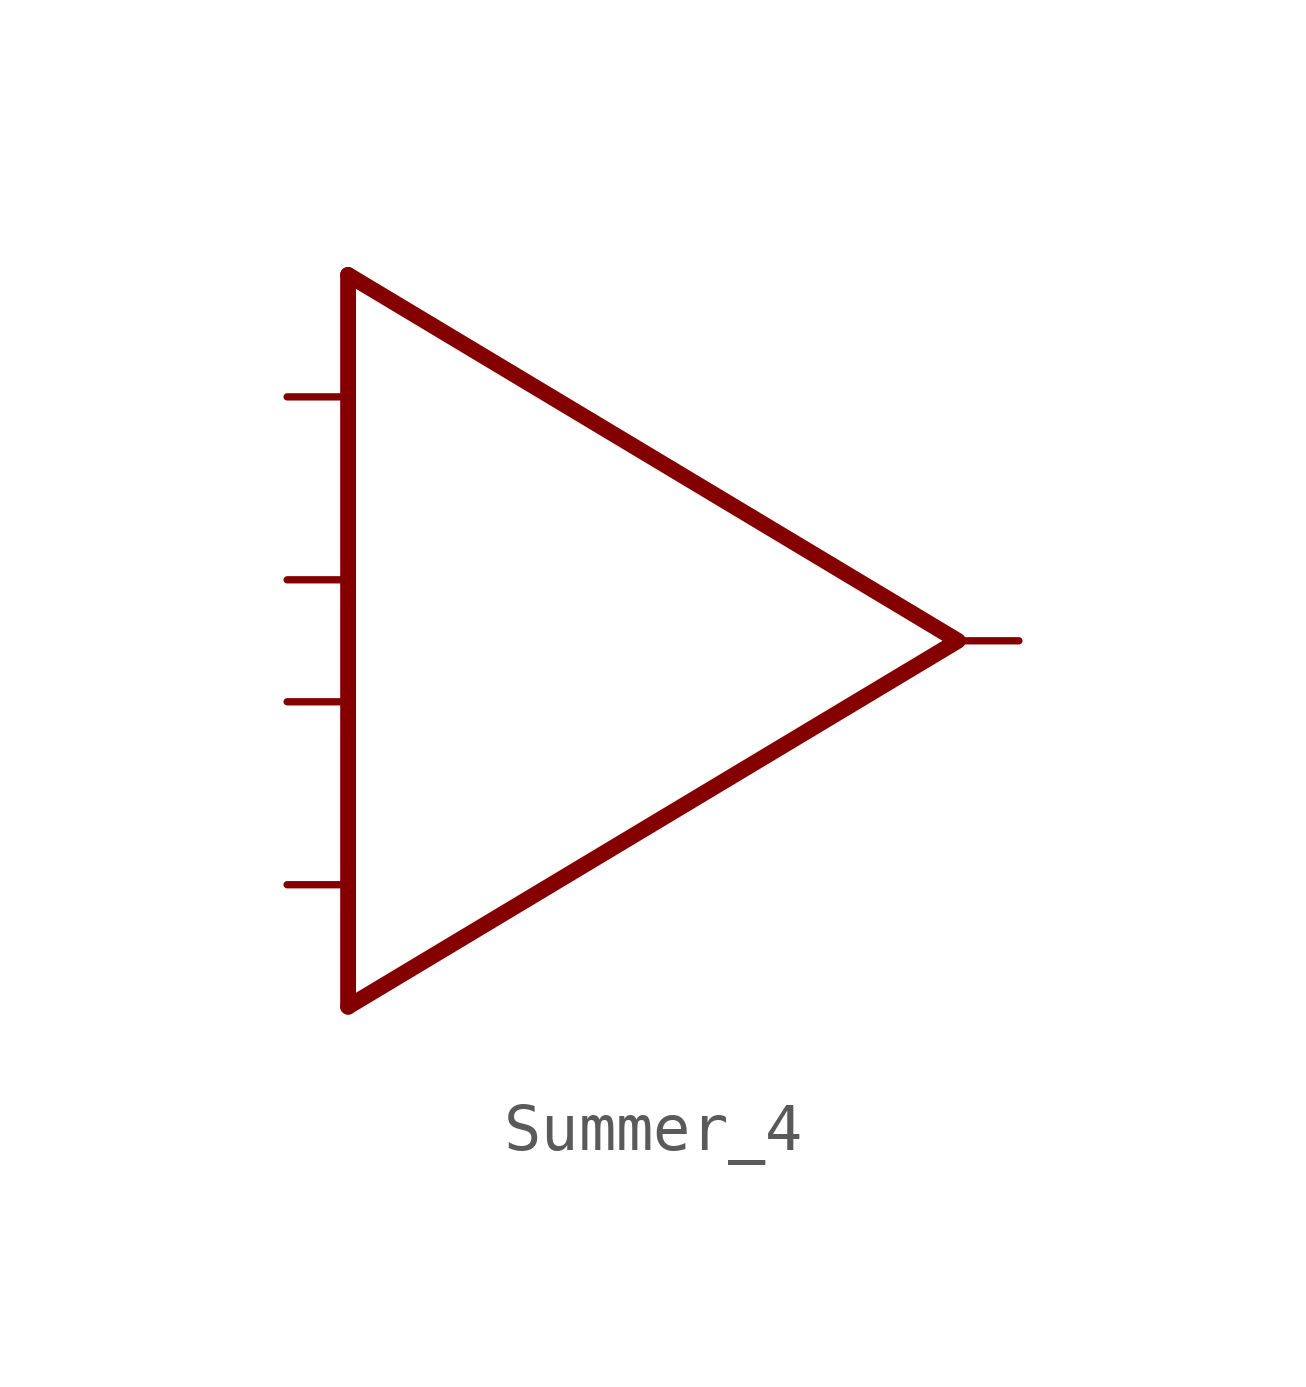
<source format=kicad_sym>
(kicad_symbol_lib
  (version 20211014)
  (generator kicad_symbol_editor)
  (symbol "Summer_4"
    (property "Reference" "U"
      (at 7.62 10.16 0)
      (effects (font (size 1.27 1.27)) hide))
    (symbol "Summer_4_0_1"
      (polyline (pts (xy -6.35 -7.62) (xy -6.35 7.62)) (stroke (width 0.33) (type default) (color 0 0 0 0)) (fill (type none)))
      (polyline (pts (xy -6.35 7.62) (xy 6.35 0) (xy -6.35 -7.62)) (stroke (width 0.33) (type default) (color 0 0 0 0)) (fill (type none))))
    (symbol "Summer_4_1_1"
      (pin input line (at -7.62 -5.08 0) (length 1.27) (name "" (effects (font (size 1.27 1.27)))) (number "" (effects (font (size 1.27 1.27)))))
      (pin input line (at -7.62 -1.27 0) (length 1.27) (name "" (effects (font (size 1.27 1.27)))) (number "" (effects (font (size 1.27 1.27)))))
      (pin input line (at -7.62 1.27 0) (length 1.27) (name "" (effects (font (size 1.27 1.27)))) (number "" (effects (font (size 1.27 1.27)))))
      (pin input line (at -7.62 5.08 0) (length 1.27) (name "" (effects (font (size 1.27 1.27)))) (number "" (effects (font (size 1.27 1.27)))))
      (pin output line (at 7.62 0 180) (length 1.27) (name "" (effects (font (size 1.27 1.27)))) (number "" (effects (font (size 1.27 1.27))))))))
</source>
